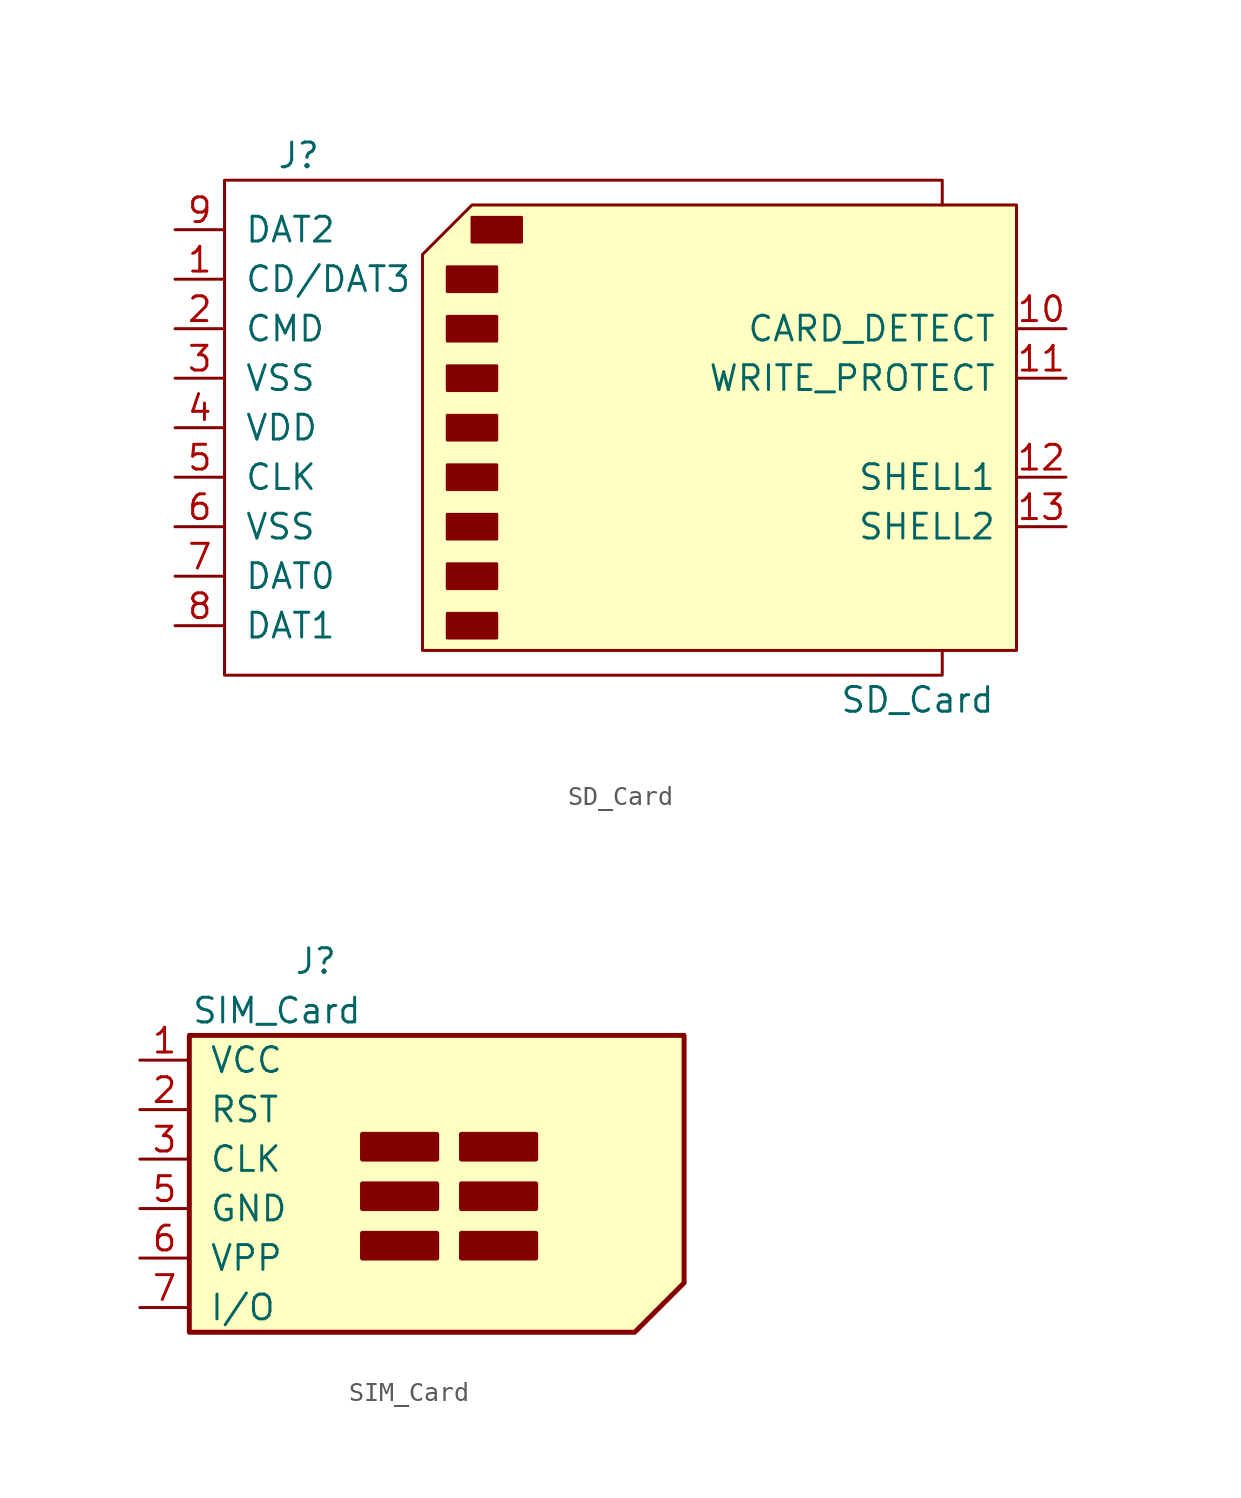
<source format=kicad_sym>
(kicad_symbol_lib
  (version 20210619)
  (generator kicad_symbol_editor)
  (symbol "Connector:SD_Card"
    (pin_names
      (offset 1.016))
    (property "Reference" "J"
      (at -16.51 13.97 0)
      (effects (font (size 1.27 1.27))))
    (property "Value" "SD_Card"
      (at 15.24 -13.97 0)
      (effects (font (size 1.27 1.27))))
    (symbol "SD_Card_0_1"
      (rectangle (start -8.89 -9.525) (end -6.35 -10.795) (stroke (width 0)) (fill (type outline)))
      (rectangle (start -8.89 -6.985) (end -6.35 -8.255) (stroke (width 0)) (fill (type outline)))
      (rectangle (start -8.89 -4.445) (end -6.35 -5.715) (stroke (width 0)) (fill (type outline)))
      (rectangle (start -8.89 -1.905) (end -6.35 -3.175) (stroke (width 0)) (fill (type outline)))
      (rectangle (start -8.89 0.635) (end -6.35 -0.635) (stroke (width 0)) (fill (type outline)))
      (rectangle (start -8.89 3.175) (end -6.35 1.905) (stroke (width 0)) (fill (type outline)))
      (rectangle (start -8.89 5.715) (end -6.35 4.445) (stroke (width 0)) (fill (type outline)))
      (rectangle (start -8.89 8.255) (end -6.35 6.985) (stroke (width 0)) (fill (type outline)))
      (rectangle (start -7.62 10.795) (end -5.08 9.525) (stroke (width 0)) (fill (type outline)))
      (polyline (pts (xy 16.51 11.43) (xy 16.51 12.7) (xy -20.32 12.7) (xy -20.32 -12.7) (xy 16.51 -12.7) (xy 16.51 -11.43)) (stroke (width 0)) (fill (type none)))
      (polyline (pts (xy -10.16 8.89) (xy -7.62 11.43) (xy 20.32 11.43) (xy 20.32 -11.43) (xy -10.16 -11.43) (xy -10.16 8.89)) (stroke (width 0)) (fill (type background))))
    (symbol "SD_Card_1_1"
      (pin input line (at -22.86 7.62 0) (length 2.54) (name "CD/DAT3" (effects (font (size 1.27 1.27)))) (number "1" (effects (font (size 1.27 1.27)))))
      (pin input line (at 22.86 5.08 180) (length 2.54) (name "CARD_DETECT" (effects (font (size 1.27 1.27)))) (number "10" (effects (font (size 1.27 1.27)))))
      (pin input line (at 22.86 2.54 180) (length 2.54) (name "WRITE_PROTECT" (effects (font (size 1.27 1.27)))) (number "11" (effects (font (size 1.27 1.27)))))
      (pin input line (at 22.86 -2.54 180) (length 2.54) (name "SHELL1" (effects (font (size 1.27 1.27)))) (number "12" (effects (font (size 1.27 1.27)))))
      (pin input line (at 22.86 -5.08 180) (length 2.54) (name "SHELL2" (effects (font (size 1.27 1.27)))) (number "13" (effects (font (size 1.27 1.27)))))
      (pin input line (at -22.86 5.08 0) (length 2.54) (name "CMD" (effects (font (size 1.27 1.27)))) (number "2" (effects (font (size 1.27 1.27)))))
      (pin power_in line (at -22.86 2.54 0) (length 2.54) (name "VSS" (effects (font (size 1.27 1.27)))) (number "3" (effects (font (size 1.27 1.27)))))
      (pin power_in line (at -22.86 0 0) (length 2.54) (name "VDD" (effects (font (size 1.27 1.27)))) (number "4" (effects (font (size 1.27 1.27)))))
      (pin input line (at -22.86 -2.54 0) (length 2.54) (name "CLK" (effects (font (size 1.27 1.27)))) (number "5" (effects (font (size 1.27 1.27)))))
      (pin power_in line (at -22.86 -5.08 0) (length 2.54) (name "VSS" (effects (font (size 1.27 1.27)))) (number "6" (effects (font (size 1.27 1.27)))))
      (pin input line (at -22.86 -7.62 0) (length 2.54) (name "DAT0" (effects (font (size 1.27 1.27)))) (number "7" (effects (font (size 1.27 1.27)))))
      (pin input line (at -22.86 -10.16 0) (length 2.54) (name "DAT1" (effects (font (size 1.27 1.27)))) (number "8" (effects (font (size 1.27 1.27)))))
      (pin input line (at -22.86 10.16 0) (length 2.54) (name "DAT2" (effects (font (size 1.27 1.27)))) (number "9" (effects (font (size 1.27 1.27)))))))
  (symbol "Connector:SIM_Card"
    (pin_names
      (offset 1.016))
    (property "Reference" "J"
      (at -2.54 12.7 0)
      (effects (font (size 1.27 1.27)) (justify right)))
    (property "Value" "SIM_Card"
      (at -1.27 10.16 0)
      (effects (font (size 1.27 1.27)) (justify right)))
    (symbol "SIM_Card_0_1"
      (rectangle (start -1.27 -2.54) (end 2.54 -1.27) (stroke (width 0.254)) (fill (type outline)))
      (rectangle (start -1.27 0) (end 2.54 1.27) (stroke (width 0.254)) (fill (type outline)))
      (rectangle (start -1.27 2.54) (end 2.54 3.81) (stroke (width 0.254)) (fill (type outline)))
      (rectangle (start 3.81 -1.27) (end 7.62 -2.54) (stroke (width 0.254)) (fill (type outline)))
      (rectangle (start 3.81 0) (end 7.62 1.27) (stroke (width 0.254)) (fill (type outline)))
      (rectangle (start 3.81 2.54) (end 7.62 3.81) (stroke (width 0.254)) (fill (type outline)))
      (polyline (pts (xy -10.16 8.89) (xy 15.24 8.89) (xy 15.24 -3.81) (xy 12.7 -6.35) (xy -10.16 -6.35) (xy -10.16 8.89)) (stroke (width 0.254)) (fill (type background))))
    (symbol "SIM_Card_1_1"
      (pin power_in line (at -12.7 7.62 0) (length 2.54) (name "VCC" (effects (font (size 1.27 1.27)))) (number "1" (effects (font (size 1.27 1.27)))))
      (pin input line (at -12.7 5.08 0) (length 2.54) (name "RST" (effects (font (size 1.27 1.27)))) (number "2" (effects (font (size 1.27 1.27)))))
      (pin input line (at -12.7 2.54 0) (length 2.54) (name "CLK" (effects (font (size 1.27 1.27)))) (number "3" (effects (font (size 1.27 1.27)))))
      (pin power_in line (at -12.7 0 0) (length 2.54) (name "GND" (effects (font (size 1.27 1.27)))) (number "5" (effects (font (size 1.27 1.27)))))
      (pin input line (at -12.7 -2.54 0) (length 2.54) (name "VPP" (effects (font (size 1.27 1.27)))) (number "6" (effects (font (size 1.27 1.27)))))
      (pin bidirectional line (at -12.7 -5.08 0) (length 2.54) (name "I/O" (effects (font (size 1.27 1.27)))) (number "7" (effects (font (size 1.27 1.27))))))))
</source>
